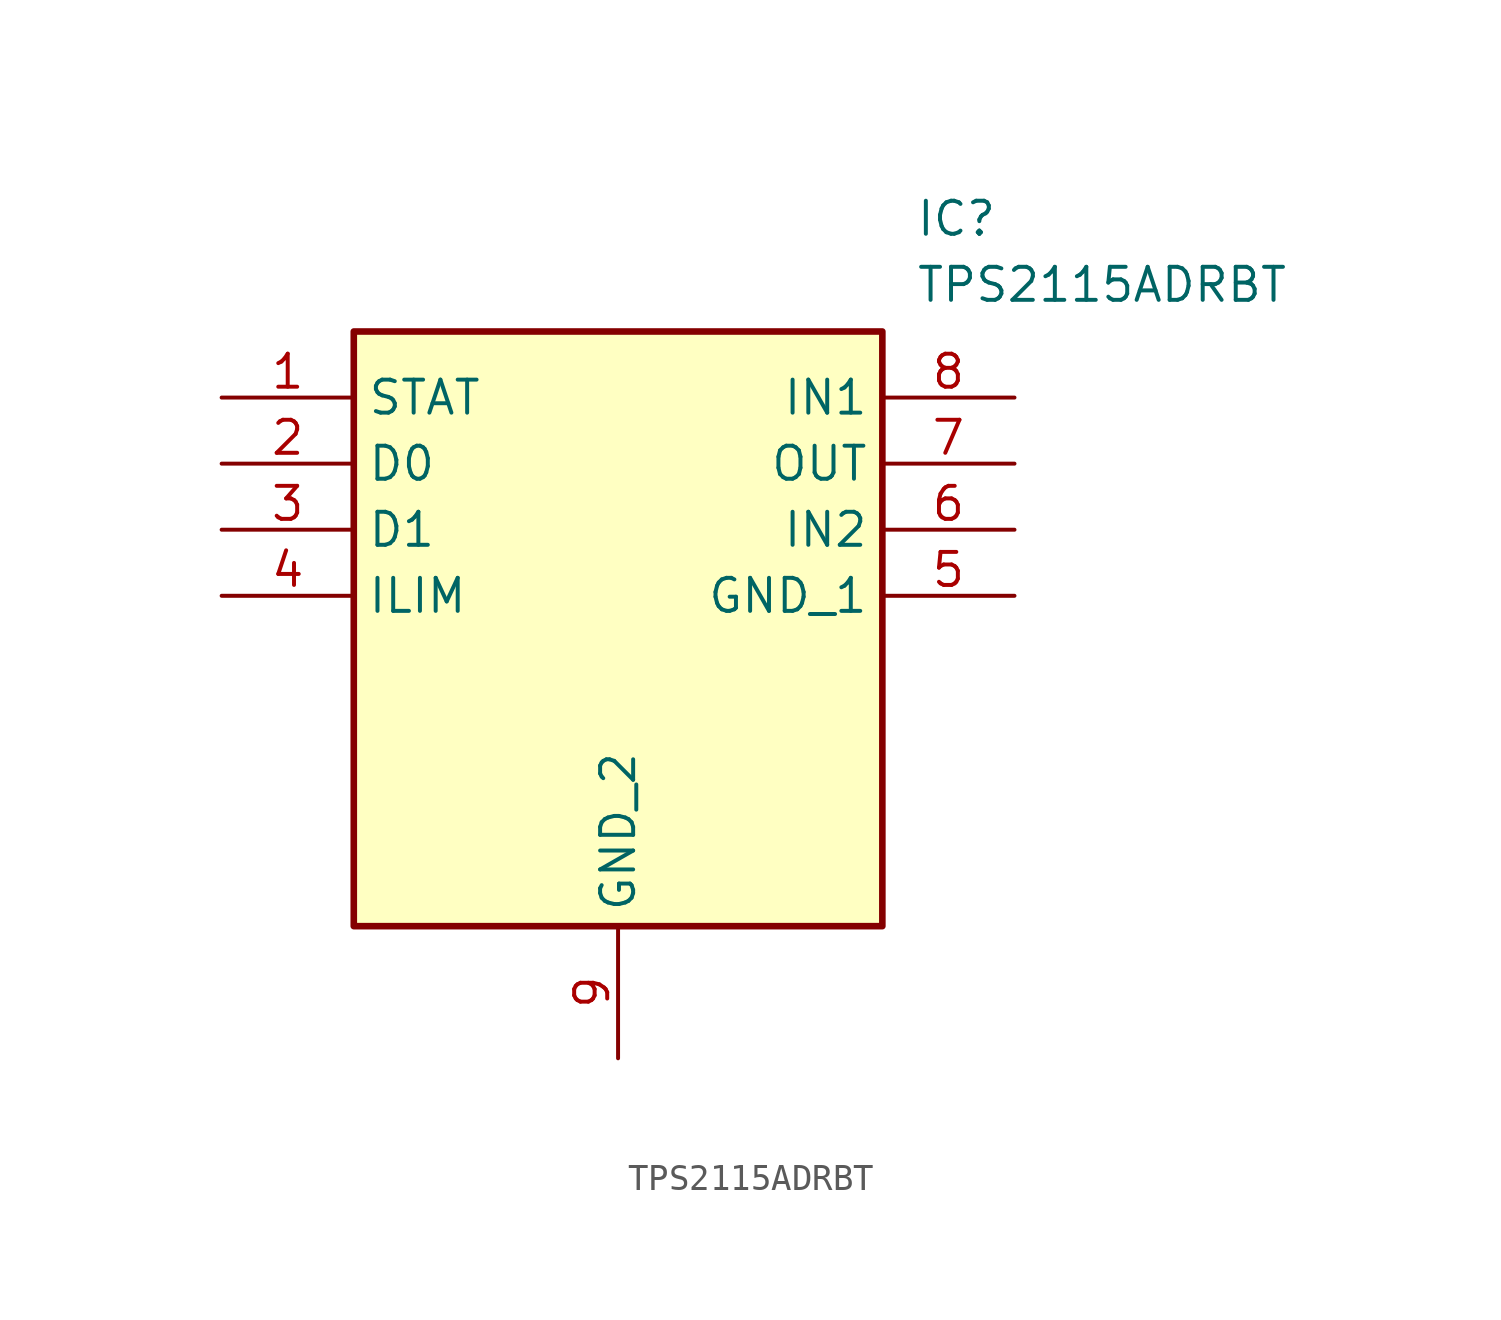
<source format=kicad_sym>
(kicad_symbol_lib
  (version 20231120)
  (generator "kicad_symbol_editor")
  (generator_version "8.0")
  (symbol "TPS2115ADRBT"
    (property "Reference" "IC"
      (at 26.67 7.62 0)
      (effects (font (size 1.27 1.27)) (justify left top)))
    (property "Value" "TPS2115ADRBT"
      (at 26.67 5.08 0)
      (effects (font (size 1.27 1.27)) (justify left top)))
    (symbol "TPS2115ADRBT_1_1"
      (rectangle (start 5.08 2.54) (end 25.4 -20.32) (stroke (width 0.254) (type default)) (fill (type background)))
      (pin passive line (at 0 0 0) (length 5.08) (name "STAT" (effects (font (size 1.27 1.27)))) (number "1" (effects (font (size 1.27 1.27)))))
      (pin passive line (at 0 -2.54 0) (length 5.08) (name "D0" (effects (font (size 1.27 1.27)))) (number "2" (effects (font (size 1.27 1.27)))))
      (pin passive line (at 0 -5.08 0) (length 5.08) (name "D1" (effects (font (size 1.27 1.27)))) (number "3" (effects (font (size 1.27 1.27)))))
      (pin passive line (at 0 -7.62 0) (length 5.08) (name "ILIM" (effects (font (size 1.27 1.27)))) (number "4" (effects (font (size 1.27 1.27)))))
      (pin passive line (at 30.48 -7.62 180) (length 5.08) (name "GND_1" (effects (font (size 1.27 1.27)))) (number "5" (effects (font (size 1.27 1.27)))))
      (pin passive line (at 30.48 -5.08 180) (length 5.08) (name "IN2" (effects (font (size 1.27 1.27)))) (number "6" (effects (font (size 1.27 1.27)))))
      (pin passive line (at 30.48 -2.54 180) (length 5.08) (name "OUT" (effects (font (size 1.27 1.27)))) (number "7" (effects (font (size 1.27 1.27)))))
      (pin passive line (at 30.48 0 180) (length 5.08) (name "IN1" (effects (font (size 1.27 1.27)))) (number "8" (effects (font (size 1.27 1.27)))))
      (pin passive line (at 15.24 -25.4 90) (length 5.08) (name "GND_2" (effects (font (size 1.27 1.27)))) (number "9" (effects (font (size 1.27 1.27))))))))
</source>
